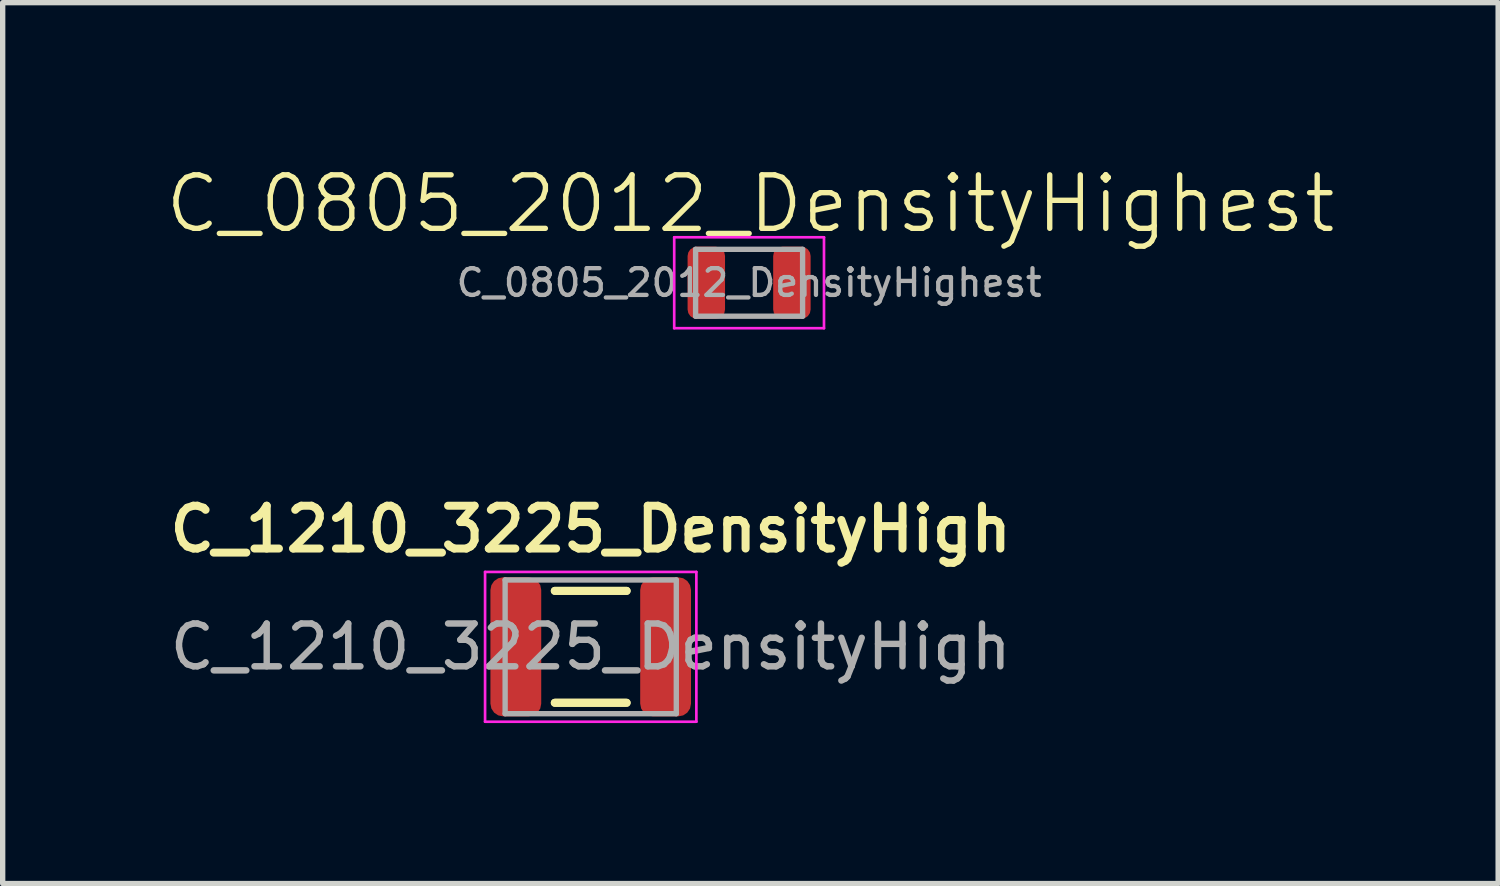
<source format=kicad_pcb>
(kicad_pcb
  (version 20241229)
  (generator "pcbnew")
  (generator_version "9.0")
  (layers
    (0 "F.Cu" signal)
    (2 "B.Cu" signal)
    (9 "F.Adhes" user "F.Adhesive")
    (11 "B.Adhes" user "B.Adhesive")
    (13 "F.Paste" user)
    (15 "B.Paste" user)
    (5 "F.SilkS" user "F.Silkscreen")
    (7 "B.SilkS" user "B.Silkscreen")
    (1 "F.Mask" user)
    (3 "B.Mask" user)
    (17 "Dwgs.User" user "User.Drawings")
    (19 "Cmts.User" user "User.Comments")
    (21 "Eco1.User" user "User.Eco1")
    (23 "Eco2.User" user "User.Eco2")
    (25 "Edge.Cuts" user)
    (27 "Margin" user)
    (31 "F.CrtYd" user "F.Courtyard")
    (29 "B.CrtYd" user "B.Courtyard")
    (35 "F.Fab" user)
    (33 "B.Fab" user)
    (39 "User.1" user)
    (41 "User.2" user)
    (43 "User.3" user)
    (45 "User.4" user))
  (footprint "C_1210_3225_DensityHigh"
    (layer "F.Cu")
    (at 7.993 9.042)
    (property "Reference" "C_1210_3225_DensityHigh" (at 0 -2.2 0) (layer "F.SilkS") (effects (font (size 0.8 0.8) (thickness 0.15))))
    (attr smd)
    (fp_line (start -0.671 -1.046) (end 0.671 -1.046) (stroke (width 0.15) (type solid)) (layer "F.SilkS"))
    (fp_line (start -0.671 1.046) (end 0.671 1.046) (stroke (width 0.15) (type solid)) (layer "F.SilkS"))
    (fp_line (start 0.671 -1.046) (end -0.671 -1.046) (stroke (width 0.15) (type solid)) (layer "F.SilkS"))
    (fp_line (start 0.671 1.046) (end -0.671 1.046) (stroke (width 0.15) (type solid)) (layer "F.SilkS"))
    (fp_line (start -1.975 -1.4) (end 1.975 -1.4) (stroke (width 0.05) (type solid)) (layer "F.CrtYd"))
    (fp_line (start -1.975 1.4) (end -1.975 -1.4) (stroke (width 0.05) (type solid)) (layer "F.CrtYd"))
    (fp_line (start 1.975 -1.4) (end 1.975 1.4) (stroke (width 0.05) (type solid)) (layer "F.CrtYd"))
    (fp_line (start 1.975 1.4) (end -1.975 1.4) (stroke (width 0.05) (type solid)) (layer "F.CrtYd"))
    (fp_line (start -1.6 -1.25) (end 1.6 -1.25) (stroke (width 0.1) (type solid)) (layer "F.Fab"))
    (fp_line (start -1.6 1.25) (end -1.6 -1.25) (stroke (width 0.1) (type solid)) (layer "F.Fab"))
    (fp_line (start 1.6 -1.25) (end 1.6 1.25) (stroke (width 0.1) (type solid)) (layer "F.Fab"))
    (fp_line (start 1.6 1.25) (end -1.6 1.25) (stroke (width 0.1) (type solid)) (layer "F.Fab"))
    (fp_text user "${REFERENCE}" (at 0 0 0) (layer "F.Fab") (effects (font (size 0.8 0.8) (thickness 0.12))))
    (pad "1" smd roundrect (at -1.4 0) (size 0.95 2.6) (layers "F.Cu" "F.Mask" "F.Paste") (roundrect_rratio 0.25))
    (pad "2" smd roundrect (at 1.4 0) (size 0.95 2.6) (layers "F.Cu" "F.Mask" "F.Paste") (roundrect_rratio 0.25)))
  (footprint "C_0805_2012_DensityHighest"
    (layer "F.Cu")
    (at 10.954 2.236)
    (property "Reference" "C_0805_2012_DensityHighest" (at 0.025 -1.475 0) (unlocked yes) (layer "F.SilkS") (effects (font (size 1 1) (thickness 0.1))))
    (attr smd)
    (fp_line (start -1.4 -0.85) (end 1.4 -0.85) (stroke (width 0.05) (type solid)) (layer "F.CrtYd"))
    (fp_line (start -1.4 0.85) (end -1.4 -0.85) (stroke (width 0.05) (type solid)) (layer "F.CrtYd"))
    (fp_line (start 1.4 -0.85) (end 1.4 0.85) (stroke (width 0.05) (type solid)) (layer "F.CrtYd"))
    (fp_line (start 1.4 0.85) (end -1.4 0.85) (stroke (width 0.05) (type solid)) (layer "F.CrtYd"))
    (fp_line (start -1 -0.625) (end 1 -0.625) (stroke (width 0.1) (type solid)) (layer "F.Fab"))
    (fp_line (start -1 0.625) (end -1 -0.625) (stroke (width 0.1) (type solid)) (layer "F.Fab"))
    (fp_line (start 1 -0.625) (end 1 0.625) (stroke (width 0.1) (type solid)) (layer "F.Fab"))
    (fp_line (start 1 0.625) (end -1 0.625) (stroke (width 0.1) (type solid)) (layer "F.Fab"))
    (fp_text user "${REFERENCE}" (at 0 0 0) (layer "F.Fab") (effects (font (size 0.5 0.5) (thickness 0.08))))
    (pad "1" smd roundrect (at -0.8 0) (size 0.7 1.35) (layers "F.Cu" "F.Mask" "F.Paste") (roundrect_rratio 0.25))
    (pad "2" smd roundrect (at 0.8 0) (size 0.7 1.35) (layers "F.Cu" "F.Mask" "F.Paste") (roundrect_rratio 0.25)))
  (gr_rect
    (start -3 -3)
    (end 24.957 13.467)
    (stroke (width 0.1) (type default))
    (fill no)
    (layer "Edge.Cuts")))
</source>
